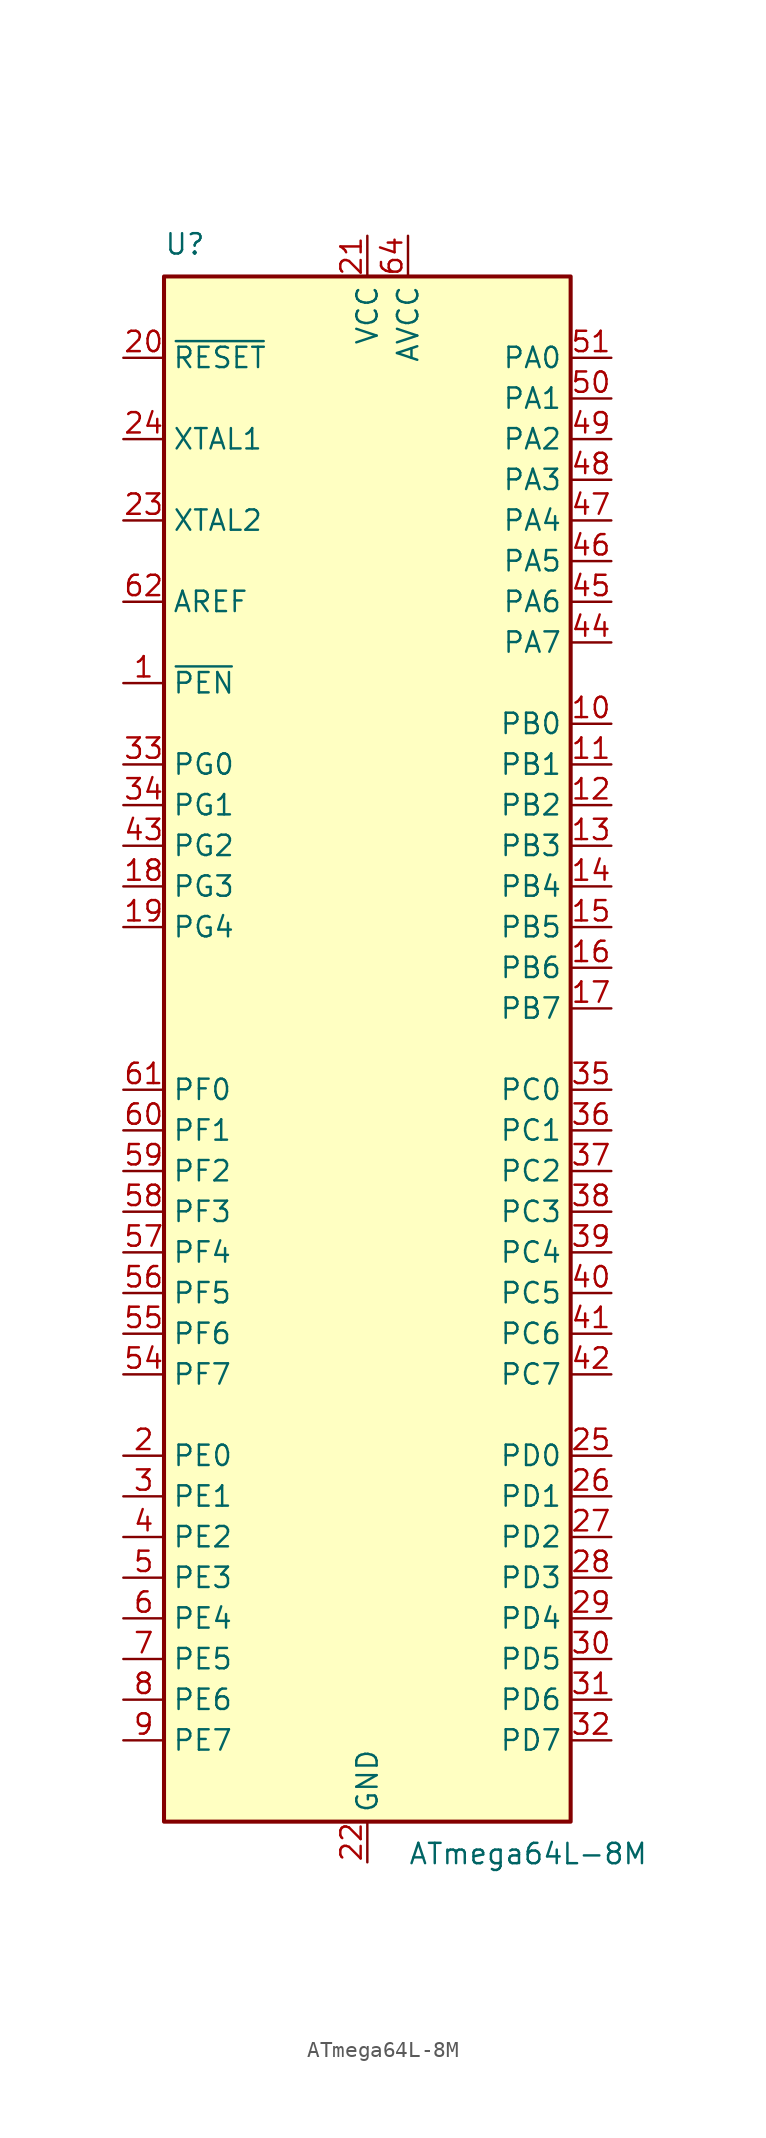
<source format=kicad_sym>
(kicad_symbol_lib
  (version 20220914)
  (generator kicad_symbol_editor)
  (symbol "ATmega64L-8M"
    (property "Reference" "U"
      (at -12.7 49.53 0)
      (effects (font (size 1.27 1.27)) (justify left bottom)))
    (property "Value" "ATmega64L-8M"
      (at 2.54 -49.53 0)
      (effects (font (size 1.27 1.27)) (justify left top)))
    (symbol "ATmega64L-8M_0_1"
      (rectangle (start -12.7 -48.26) (end 12.7 48.26) (stroke (width 0.254) (type default)) (fill (type background))))
    (symbol "ATmega64L-8M_1_1"
      (pin input line (at -15.24 22.86 0) (length 2.54) (name "~{PEN}" (effects (font (size 1.27 1.27)))) (number "1" (effects (font (size 1.27 1.27)))))
      (pin bidirectional line (at 15.24 20.32 180) (length 2.54) (name "PB0" (effects (font (size 1.27 1.27)))) (number "10" (effects (font (size 1.27 1.27)))))
      (pin bidirectional line (at 15.24 17.78 180) (length 2.54) (name "PB1" (effects (font (size 1.27 1.27)))) (number "11" (effects (font (size 1.27 1.27)))))
      (pin bidirectional line (at 15.24 15.24 180) (length 2.54) (name "PB2" (effects (font (size 1.27 1.27)))) (number "12" (effects (font (size 1.27 1.27)))))
      (pin bidirectional line (at 15.24 12.7 180) (length 2.54) (name "PB3" (effects (font (size 1.27 1.27)))) (number "13" (effects (font (size 1.27 1.27)))))
      (pin bidirectional line (at 15.24 10.16 180) (length 2.54) (name "PB4" (effects (font (size 1.27 1.27)))) (number "14" (effects (font (size 1.27 1.27)))))
      (pin bidirectional line (at 15.24 7.62 180) (length 2.54) (name "PB5" (effects (font (size 1.27 1.27)))) (number "15" (effects (font (size 1.27 1.27)))))
      (pin bidirectional line (at 15.24 5.08 180) (length 2.54) (name "PB6" (effects (font (size 1.27 1.27)))) (number "16" (effects (font (size 1.27 1.27)))))
      (pin bidirectional line (at 15.24 2.54 180) (length 2.54) (name "PB7" (effects (font (size 1.27 1.27)))) (number "17" (effects (font (size 1.27 1.27)))))
      (pin bidirectional line (at -15.24 10.16 0) (length 2.54) (name "PG3" (effects (font (size 1.27 1.27)))) (number "18" (effects (font (size 1.27 1.27)))))
      (pin bidirectional line (at -15.24 7.62 0) (length 2.54) (name "PG4" (effects (font (size 1.27 1.27)))) (number "19" (effects (font (size 1.27 1.27)))))
      (pin bidirectional line (at -15.24 -25.4 0) (length 2.54) (name "PE0" (effects (font (size 1.27 1.27)))) (number "2" (effects (font (size 1.27 1.27)))))
      (pin input line (at -15.24 43.18 0) (length 2.54) (name "~{RESET}" (effects (font (size 1.27 1.27)))) (number "20" (effects (font (size 1.27 1.27)))))
      (pin power_in line (at 0 50.8 270) (length 2.54) (name "VCC" (effects (font (size 1.27 1.27)))) (number "21" (effects (font (size 1.27 1.27)))))
      (pin power_in line (at 0 -50.8 90) (length 2.54) (name "GND" (effects (font (size 1.27 1.27)))) (number "22" (effects (font (size 1.27 1.27)))))
      (pin output line (at -15.24 33.02 0) (length 2.54) (name "XTAL2" (effects (font (size 1.27 1.27)))) (number "23" (effects (font (size 1.27 1.27)))))
      (pin input line (at -15.24 38.1 0) (length 2.54) (name "XTAL1" (effects (font (size 1.27 1.27)))) (number "24" (effects (font (size 1.27 1.27)))))
      (pin bidirectional line (at 15.24 -25.4 180) (length 2.54) (name "PD0" (effects (font (size 1.27 1.27)))) (number "25" (effects (font (size 1.27 1.27)))))
      (pin bidirectional line (at 15.24 -27.94 180) (length 2.54) (name "PD1" (effects (font (size 1.27 1.27)))) (number "26" (effects (font (size 1.27 1.27)))))
      (pin bidirectional line (at 15.24 -30.48 180) (length 2.54) (name "PD2" (effects (font (size 1.27 1.27)))) (number "27" (effects (font (size 1.27 1.27)))))
      (pin bidirectional line (at 15.24 -33.02 180) (length 2.54) (name "PD3" (effects (font (size 1.27 1.27)))) (number "28" (effects (font (size 1.27 1.27)))))
      (pin bidirectional line (at 15.24 -35.56 180) (length 2.54) (name "PD4" (effects (font (size 1.27 1.27)))) (number "29" (effects (font (size 1.27 1.27)))))
      (pin bidirectional line (at -15.24 -27.94 0) (length 2.54) (name "PE1" (effects (font (size 1.27 1.27)))) (number "3" (effects (font (size 1.27 1.27)))))
      (pin bidirectional line (at 15.24 -38.1 180) (length 2.54) (name "PD5" (effects (font (size 1.27 1.27)))) (number "30" (effects (font (size 1.27 1.27)))))
      (pin bidirectional line (at 15.24 -40.64 180) (length 2.54) (name "PD6" (effects (font (size 1.27 1.27)))) (number "31" (effects (font (size 1.27 1.27)))))
      (pin bidirectional line (at 15.24 -43.18 180) (length 2.54) (name "PD7" (effects (font (size 1.27 1.27)))) (number "32" (effects (font (size 1.27 1.27)))))
      (pin bidirectional line (at -15.24 17.78 0) (length 2.54) (name "PG0" (effects (font (size 1.27 1.27)))) (number "33" (effects (font (size 1.27 1.27)))))
      (pin bidirectional line (at -15.24 15.24 0) (length 2.54) (name "PG1" (effects (font (size 1.27 1.27)))) (number "34" (effects (font (size 1.27 1.27)))))
      (pin bidirectional line (at 15.24 -2.54 180) (length 2.54) (name "PC0" (effects (font (size 1.27 1.27)))) (number "35" (effects (font (size 1.27 1.27)))))
      (pin bidirectional line (at 15.24 -5.08 180) (length 2.54) (name "PC1" (effects (font (size 1.27 1.27)))) (number "36" (effects (font (size 1.27 1.27)))))
      (pin bidirectional line (at 15.24 -7.62 180) (length 2.54) (name "PC2" (effects (font (size 1.27 1.27)))) (number "37" (effects (font (size 1.27 1.27)))))
      (pin bidirectional line (at 15.24 -10.16 180) (length 2.54) (name "PC3" (effects (font (size 1.27 1.27)))) (number "38" (effects (font (size 1.27 1.27)))))
      (pin bidirectional line (at 15.24 -12.7 180) (length 2.54) (name "PC4" (effects (font (size 1.27 1.27)))) (number "39" (effects (font (size 1.27 1.27)))))
      (pin bidirectional line (at -15.24 -30.48 0) (length 2.54) (name "PE2" (effects (font (size 1.27 1.27)))) (number "4" (effects (font (size 1.27 1.27)))))
      (pin bidirectional line (at 15.24 -15.24 180) (length 2.54) (name "PC5" (effects (font (size 1.27 1.27)))) (number "40" (effects (font (size 1.27 1.27)))))
      (pin bidirectional line (at 15.24 -17.78 180) (length 2.54) (name "PC6" (effects (font (size 1.27 1.27)))) (number "41" (effects (font (size 1.27 1.27)))))
      (pin bidirectional line (at 15.24 -20.32 180) (length 2.54) (name "PC7" (effects (font (size 1.27 1.27)))) (number "42" (effects (font (size 1.27 1.27)))))
      (pin bidirectional line (at -15.24 12.7 0) (length 2.54) (name "PG2" (effects (font (size 1.27 1.27)))) (number "43" (effects (font (size 1.27 1.27)))))
      (pin bidirectional line (at 15.24 25.4 180) (length 2.54) (name "PA7" (effects (font (size 1.27 1.27)))) (number "44" (effects (font (size 1.27 1.27)))))
      (pin bidirectional line (at 15.24 27.94 180) (length 2.54) (name "PA6" (effects (font (size 1.27 1.27)))) (number "45" (effects (font (size 1.27 1.27)))))
      (pin bidirectional line (at 15.24 30.48 180) (length 2.54) (name "PA5" (effects (font (size 1.27 1.27)))) (number "46" (effects (font (size 1.27 1.27)))))
      (pin bidirectional line (at 15.24 33.02 180) (length 2.54) (name "PA4" (effects (font (size 1.27 1.27)))) (number "47" (effects (font (size 1.27 1.27)))))
      (pin bidirectional line (at 15.24 35.56 180) (length 2.54) (name "PA3" (effects (font (size 1.27 1.27)))) (number "48" (effects (font (size 1.27 1.27)))))
      (pin bidirectional line (at 15.24 38.1 180) (length 2.54) (name "PA2" (effects (font (size 1.27 1.27)))) (number "49" (effects (font (size 1.27 1.27)))))
      (pin bidirectional line (at -15.24 -33.02 0) (length 2.54) (name "PE3" (effects (font (size 1.27 1.27)))) (number "5" (effects (font (size 1.27 1.27)))))
      (pin bidirectional line (at 15.24 40.64 180) (length 2.54) (name "PA1" (effects (font (size 1.27 1.27)))) (number "50" (effects (font (size 1.27 1.27)))))
      (pin bidirectional line (at 15.24 43.18 180) (length 2.54) (name "PA0" (effects (font (size 1.27 1.27)))) (number "51" (effects (font (size 1.27 1.27)))))
      (pin passive line (at 0 50.8 270) (length 2.54) hide (name "VCC" (effects (font (size 1.27 1.27)))) (number "52" (effects (font (size 1.27 1.27)))))
      (pin passive line (at 0 -50.8 90) (length 2.54) hide (name "GND" (effects (font (size 1.27 1.27)))) (number "53" (effects (font (size 1.27 1.27)))))
      (pin bidirectional line (at -15.24 -20.32 0) (length 2.54) (name "PF7" (effects (font (size 1.27 1.27)))) (number "54" (effects (font (size 1.27 1.27)))))
      (pin bidirectional line (at -15.24 -17.78 0) (length 2.54) (name "PF6" (effects (font (size 1.27 1.27)))) (number "55" (effects (font (size 1.27 1.27)))))
      (pin bidirectional line (at -15.24 -15.24 0) (length 2.54) (name "PF5" (effects (font (size 1.27 1.27)))) (number "56" (effects (font (size 1.27 1.27)))))
      (pin bidirectional line (at -15.24 -12.7 0) (length 2.54) (name "PF4" (effects (font (size 1.27 1.27)))) (number "57" (effects (font (size 1.27 1.27)))))
      (pin bidirectional line (at -15.24 -10.16 0) (length 2.54) (name "PF3" (effects (font (size 1.27 1.27)))) (number "58" (effects (font (size 1.27 1.27)))))
      (pin bidirectional line (at -15.24 -7.62 0) (length 2.54) (name "PF2" (effects (font (size 1.27 1.27)))) (number "59" (effects (font (size 1.27 1.27)))))
      (pin bidirectional line (at -15.24 -35.56 0) (length 2.54) (name "PE4" (effects (font (size 1.27 1.27)))) (number "6" (effects (font (size 1.27 1.27)))))
      (pin bidirectional line (at -15.24 -5.08 0) (length 2.54) (name "PF1" (effects (font (size 1.27 1.27)))) (number "60" (effects (font (size 1.27 1.27)))))
      (pin bidirectional line (at -15.24 -2.54 0) (length 2.54) (name "PF0" (effects (font (size 1.27 1.27)))) (number "61" (effects (font (size 1.27 1.27)))))
      (pin passive line (at -15.24 27.94 0) (length 2.54) (name "AREF" (effects (font (size 1.27 1.27)))) (number "62" (effects (font (size 1.27 1.27)))))
      (pin passive line (at 0 -50.8 90) (length 2.54) hide (name "GND" (effects (font (size 1.27 1.27)))) (number "63" (effects (font (size 1.27 1.27)))))
      (pin power_in line (at 2.54 50.8 270) (length 2.54) (name "AVCC" (effects (font (size 1.27 1.27)))) (number "64" (effects (font (size 1.27 1.27)))))
      (pin passive line (at 0 -50.8 90) (length 2.54) hide (name "GND" (effects (font (size 1.27 1.27)))) (number "65" (effects (font (size 1.27 1.27)))))
      (pin bidirectional line (at -15.24 -38.1 0) (length 2.54) (name "PE5" (effects (font (size 1.27 1.27)))) (number "7" (effects (font (size 1.27 1.27)))))
      (pin bidirectional line (at -15.24 -40.64 0) (length 2.54) (name "PE6" (effects (font (size 1.27 1.27)))) (number "8" (effects (font (size 1.27 1.27)))))
      (pin bidirectional line (at -15.24 -43.18 0) (length 2.54) (name "PE7" (effects (font (size 1.27 1.27)))) (number "9" (effects (font (size 1.27 1.27))))))))
</source>
